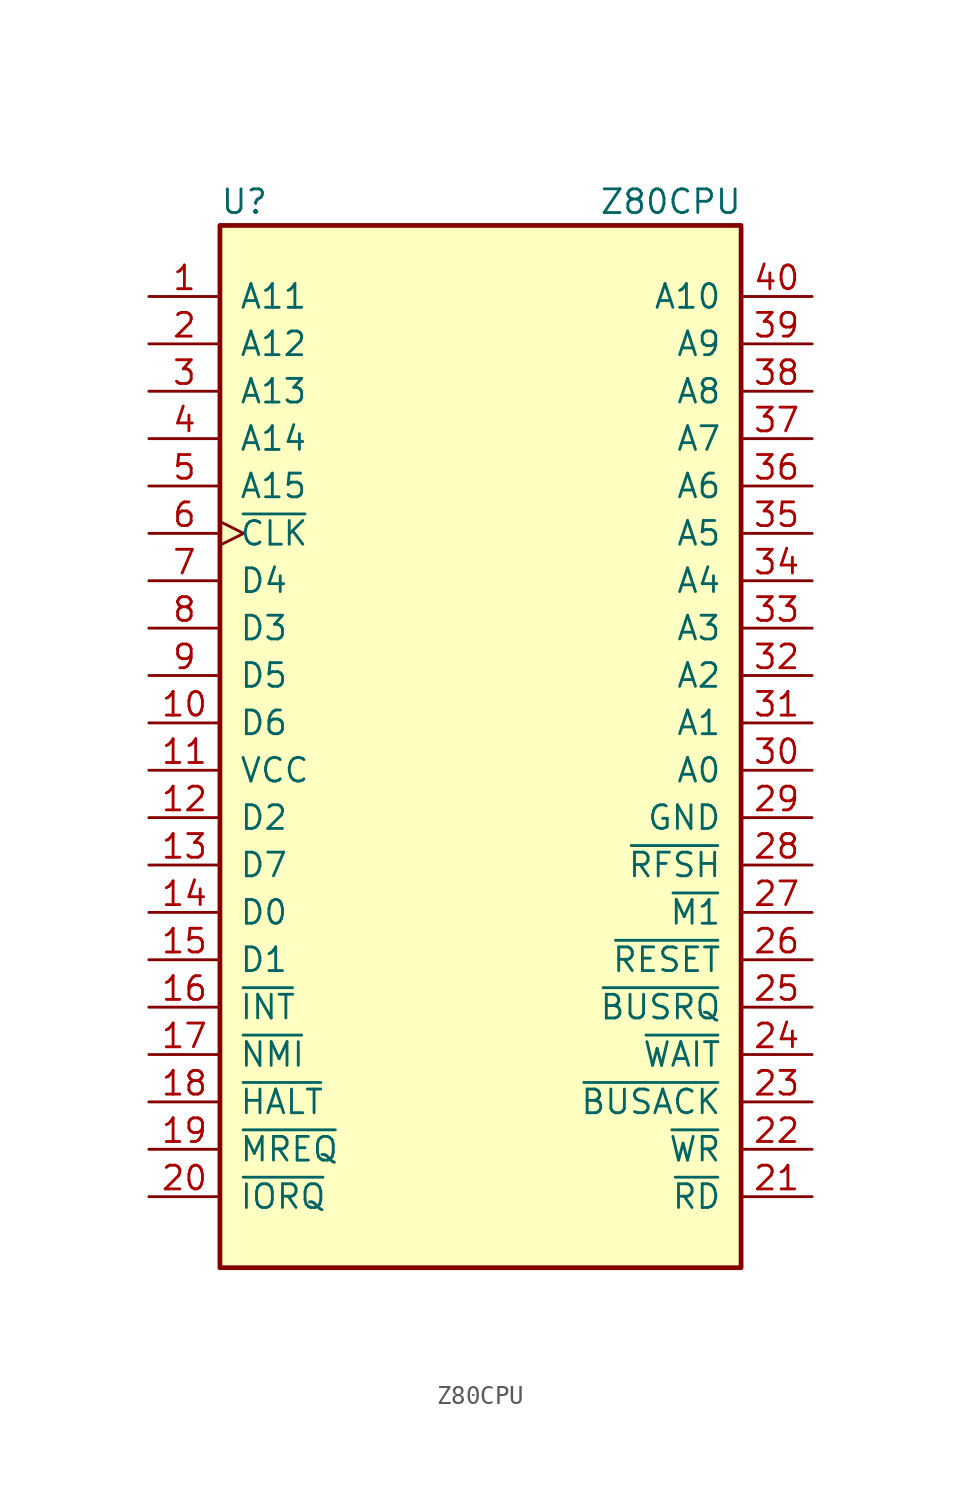
<source format=kicad_sym>
(kicad_symbol_lib
  (version 20220914)
  (generator kicad_symbol_editor)
  (symbol "Z80CPU"
    (pin_names
      (offset 1.016))
    (property "Reference" "U"
      (at -13.97 29.21 0)
      (effects (font (size 1.27 1.27)) (justify left)))
    (property "Value" "Z80CPU"
      (at 6.35 29.21 0)
      (effects (font (size 1.27 1.27)) (justify left)))
    (symbol "Z80CPU_0_1"
      (rectangle (start -13.97 27.94) (end 13.97 -27.94) (stroke (width 0.254) (type default)) (fill (type background))))
    (symbol "Z80CPU_1_1"
      (pin output line (at -17.78 24.13 0) (length 3.81) (name "A11" (effects (font (size 1.27 1.27)))) (number "1" (effects (font (size 1.27 1.27)))))
      (pin bidirectional line (at -17.78 1.27 0) (length 3.81) (name "D6" (effects (font (size 1.27 1.27)))) (number "10" (effects (font (size 1.27 1.27)))))
      (pin power_in line (at -17.78 -1.27 0) (length 3.81) (name "VCC" (effects (font (size 1.27 1.27)))) (number "11" (effects (font (size 1.27 1.27)))))
      (pin bidirectional line (at -17.78 -3.81 0) (length 3.81) (name "D2" (effects (font (size 1.27 1.27)))) (number "12" (effects (font (size 1.27 1.27)))))
      (pin bidirectional line (at -17.78 -6.35 0) (length 3.81) (name "D7" (effects (font (size 1.27 1.27)))) (number "13" (effects (font (size 1.27 1.27)))))
      (pin bidirectional line (at -17.78 -8.89 0) (length 3.81) (name "D0" (effects (font (size 1.27 1.27)))) (number "14" (effects (font (size 1.27 1.27)))))
      (pin bidirectional line (at -17.78 -11.43 0) (length 3.81) (name "D1" (effects (font (size 1.27 1.27)))) (number "15" (effects (font (size 1.27 1.27)))))
      (pin input line (at -17.78 -13.97 0) (length 3.81) (name "~{INT}" (effects (font (size 1.27 1.27)))) (number "16" (effects (font (size 1.27 1.27)))))
      (pin input line (at -17.78 -16.51 0) (length 3.81) (name "~{NMI}" (effects (font (size 1.27 1.27)))) (number "17" (effects (font (size 1.27 1.27)))))
      (pin output line (at -17.78 -19.05 0) (length 3.81) (name "~{HALT}" (effects (font (size 1.27 1.27)))) (number "18" (effects (font (size 1.27 1.27)))))
      (pin output line (at -17.78 -21.59 0) (length 3.81) (name "~{MREQ}" (effects (font (size 1.27 1.27)))) (number "19" (effects (font (size 1.27 1.27)))))
      (pin output line (at -17.78 21.59 0) (length 3.81) (name "A12" (effects (font (size 1.27 1.27)))) (number "2" (effects (font (size 1.27 1.27)))))
      (pin output line (at -17.78 -24.13 0) (length 3.81) (name "~{IORQ}" (effects (font (size 1.27 1.27)))) (number "20" (effects (font (size 1.27 1.27)))))
      (pin output line (at 17.78 -24.13 180) (length 3.81) (name "~{RD}" (effects (font (size 1.27 1.27)))) (number "21" (effects (font (size 1.27 1.27)))))
      (pin output line (at 17.78 -21.59 180) (length 3.81) (name "~{WR}" (effects (font (size 1.27 1.27)))) (number "22" (effects (font (size 1.27 1.27)))))
      (pin output line (at 17.78 -19.05 180) (length 3.81) (name "~{BUSACK}" (effects (font (size 1.27 1.27)))) (number "23" (effects (font (size 1.27 1.27)))))
      (pin input line (at 17.78 -16.51 180) (length 3.81) (name "~{WAIT}" (effects (font (size 1.27 1.27)))) (number "24" (effects (font (size 1.27 1.27)))))
      (pin input line (at 17.78 -13.97 180) (length 3.81) (name "~{BUSRQ}" (effects (font (size 1.27 1.27)))) (number "25" (effects (font (size 1.27 1.27)))))
      (pin input line (at 17.78 -11.43 180) (length 3.81) (name "~{RESET}" (effects (font (size 1.27 1.27)))) (number "26" (effects (font (size 1.27 1.27)))))
      (pin output line (at 17.78 -8.89 180) (length 3.81) (name "~{M1}" (effects (font (size 1.27 1.27)))) (number "27" (effects (font (size 1.27 1.27)))))
      (pin output line (at 17.78 -6.35 180) (length 3.81) (name "~{RFSH}" (effects (font (size 1.27 1.27)))) (number "28" (effects (font (size 1.27 1.27)))))
      (pin power_in line (at 17.78 -3.81 180) (length 3.81) (name "GND" (effects (font (size 1.27 1.27)))) (number "29" (effects (font (size 1.27 1.27)))))
      (pin output line (at -17.78 19.05 0) (length 3.81) (name "A13" (effects (font (size 1.27 1.27)))) (number "3" (effects (font (size 1.27 1.27)))))
      (pin output line (at 17.78 -1.27 180) (length 3.81) (name "A0" (effects (font (size 1.27 1.27)))) (number "30" (effects (font (size 1.27 1.27)))))
      (pin output line (at 17.78 1.27 180) (length 3.81) (name "A1" (effects (font (size 1.27 1.27)))) (number "31" (effects (font (size 1.27 1.27)))))
      (pin output line (at 17.78 3.81 180) (length 3.81) (name "A2" (effects (font (size 1.27 1.27)))) (number "32" (effects (font (size 1.27 1.27)))))
      (pin output line (at 17.78 6.35 180) (length 3.81) (name "A3" (effects (font (size 1.27 1.27)))) (number "33" (effects (font (size 1.27 1.27)))))
      (pin output line (at 17.78 8.89 180) (length 3.81) (name "A4" (effects (font (size 1.27 1.27)))) (number "34" (effects (font (size 1.27 1.27)))))
      (pin output line (at 17.78 11.43 180) (length 3.81) (name "A5" (effects (font (size 1.27 1.27)))) (number "35" (effects (font (size 1.27 1.27)))))
      (pin output line (at 17.78 13.97 180) (length 3.81) (name "A6" (effects (font (size 1.27 1.27)))) (number "36" (effects (font (size 1.27 1.27)))))
      (pin output line (at 17.78 16.51 180) (length 3.81) (name "A7" (effects (font (size 1.27 1.27)))) (number "37" (effects (font (size 1.27 1.27)))))
      (pin output line (at 17.78 19.05 180) (length 3.81) (name "A8" (effects (font (size 1.27 1.27)))) (number "38" (effects (font (size 1.27 1.27)))))
      (pin output line (at 17.78 21.59 180) (length 3.81) (name "A9" (effects (font (size 1.27 1.27)))) (number "39" (effects (font (size 1.27 1.27)))))
      (pin output line (at -17.78 16.51 0) (length 3.81) (name "A14" (effects (font (size 1.27 1.27)))) (number "4" (effects (font (size 1.27 1.27)))))
      (pin output line (at 17.78 24.13 180) (length 3.81) (name "A10" (effects (font (size 1.27 1.27)))) (number "40" (effects (font (size 1.27 1.27)))))
      (pin output line (at -17.78 13.97 0) (length 3.81) (name "A15" (effects (font (size 1.27 1.27)))) (number "5" (effects (font (size 1.27 1.27)))))
      (pin input clock (at -17.78 11.43 0) (length 3.81) (name "~{CLK}" (effects (font (size 1.27 1.27)))) (number "6" (effects (font (size 1.27 1.27)))))
      (pin bidirectional line (at -17.78 8.89 0) (length 3.81) (name "D4" (effects (font (size 1.27 1.27)))) (number "7" (effects (font (size 1.27 1.27)))))
      (pin bidirectional line (at -17.78 6.35 0) (length 3.81) (name "D3" (effects (font (size 1.27 1.27)))) (number "8" (effects (font (size 1.27 1.27)))))
      (pin bidirectional line (at -17.78 3.81 0) (length 3.81) (name "D5" (effects (font (size 1.27 1.27)))) (number "9" (effects (font (size 1.27 1.27))))))))
</source>
